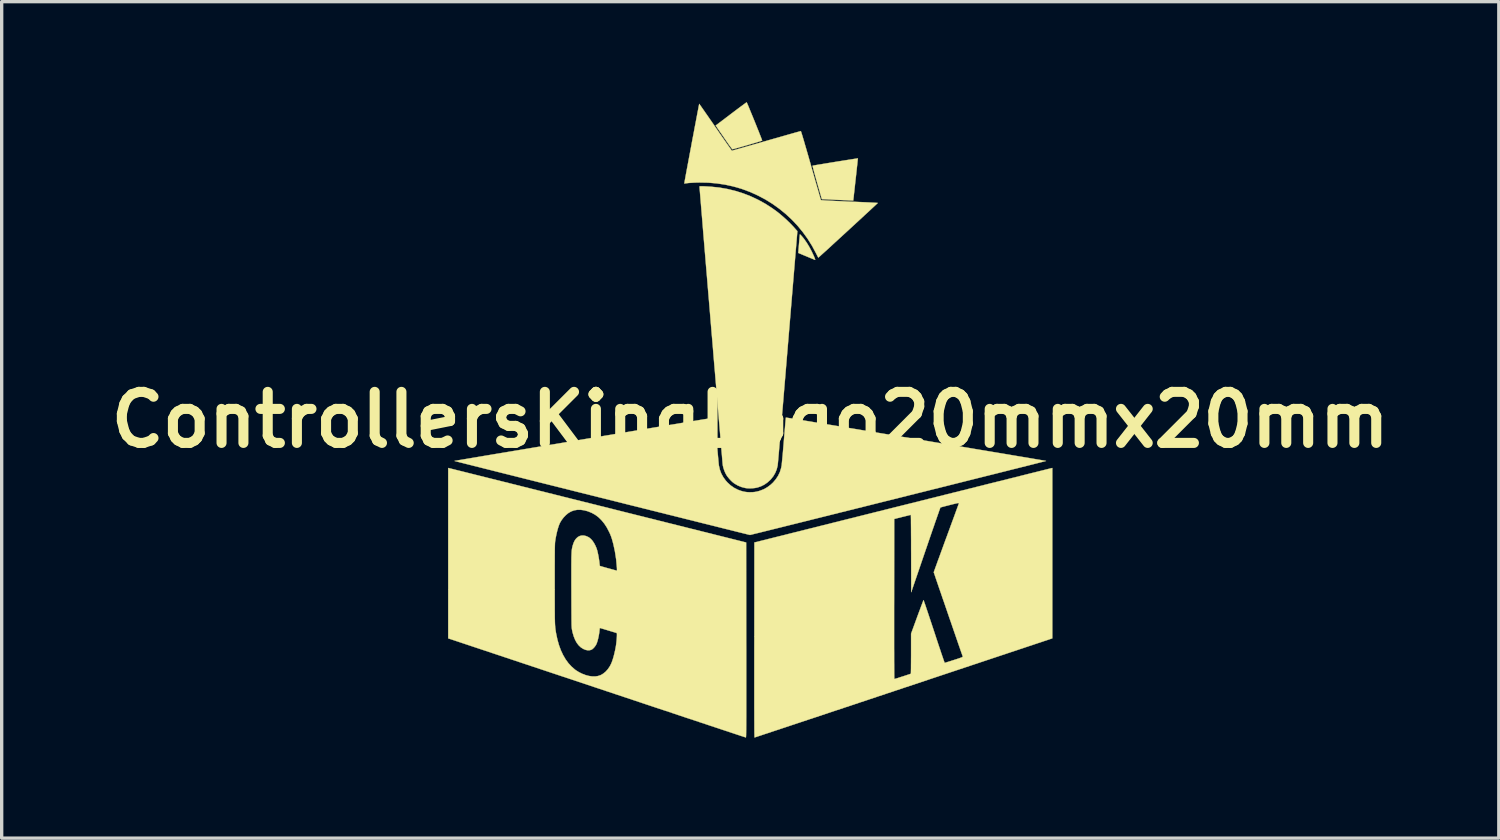
<source format=kicad_pcb>
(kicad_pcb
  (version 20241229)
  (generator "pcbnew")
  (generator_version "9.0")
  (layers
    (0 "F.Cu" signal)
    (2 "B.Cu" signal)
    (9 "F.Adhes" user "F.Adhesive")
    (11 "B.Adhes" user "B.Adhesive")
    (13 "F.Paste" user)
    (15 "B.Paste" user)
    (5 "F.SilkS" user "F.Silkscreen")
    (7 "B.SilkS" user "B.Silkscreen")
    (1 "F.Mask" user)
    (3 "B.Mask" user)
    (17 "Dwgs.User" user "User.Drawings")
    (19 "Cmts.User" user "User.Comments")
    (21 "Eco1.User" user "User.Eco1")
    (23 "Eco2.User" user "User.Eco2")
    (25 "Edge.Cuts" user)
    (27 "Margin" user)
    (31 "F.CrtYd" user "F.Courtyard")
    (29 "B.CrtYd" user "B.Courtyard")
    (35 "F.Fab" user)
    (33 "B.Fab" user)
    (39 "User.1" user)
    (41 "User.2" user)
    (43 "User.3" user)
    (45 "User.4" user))
  (footprint "ControllersKingLogo20mmx20mm"
    (layer "F.Cu")
    (at 19.348 9.483)
    (property "Reference" "ControllersKingLogo20mmx20mm" (at 0 0 0) (layer "F.SilkS") (effects (font (size 1.524 1.524) (thickness 0.3))))
    (attr through_hole)
    (fp_poly (pts (xy 1.487 -5.535) (xy 1.501 -5.523) (xy 1.522 -5.501) (xy 1.546 -5.474) (xy 1.573 -5.442) (xy 1.6 -5.409) (xy 1.61 -5.395) (xy 1.688 -5.284) (xy 1.763 -5.16) (xy 1.833 -5.028) (xy 1.896 -4.893) (xy 1.905 -4.873) (xy 1.921 -4.832) (xy 1.932 -4.804) (xy 1.937 -4.787) (xy 1.938 -4.778) (xy 1.934 -4.775) (xy 1.933 -4.775) (xy 1.923 -4.779) (xy 1.901 -4.788) (xy 1.866 -4.802) (xy 1.822 -4.82) (xy 1.77 -4.842) (xy 1.711 -4.866) (xy 1.681 -4.879) (xy 1.62 -4.904) (xy 1.565 -4.927) (xy 1.518 -4.947) (xy 1.479 -4.963) (xy 1.451 -4.975) (xy 1.436 -4.981) (xy 1.434 -4.982) (xy 1.434 -4.99) (xy 1.436 -5.013) (xy 1.439 -5.048) (xy 1.442 -5.092) (xy 1.447 -5.143) (xy 1.451 -5.2) (xy 1.456 -5.259) (xy 1.461 -5.318) (xy 1.466 -5.374) (xy 1.471 -5.426) (xy 1.475 -5.47) (xy 1.478 -5.505) (xy 1.48 -5.528) (xy 1.481 -5.537) (xy 1.487 -5.535)) (stroke (width 0.01) (type solid)) (fill yes) (layer "F.SilkS"))
    (fp_poly (pts (xy -0.104 -9.471) (xy -0.094 -9.449) (xy -0.079 -9.414) (xy -0.059 -9.369) (xy -0.036 -9.313) (xy -0.01 -9.249) (xy 0.019 -9.179) (xy 0.05 -9.104) (xy 0.083 -9.024) (xy 0.116 -8.943) (xy 0.149 -8.861) (xy 0.182 -8.78) (xy 0.213 -8.701) (xy 0.244 -8.626) (xy 0.271 -8.556) (xy 0.296 -8.493) (xy 0.317 -8.439) (xy 0.335 -8.394) (xy 0.347 -8.361) (xy 0.354 -8.341) (xy 0.356 -8.336) (xy 0.348 -8.332) (xy 0.325 -8.324) (xy 0.29 -8.313) (xy 0.244 -8.299) (xy 0.189 -8.282) (xy 0.127 -8.264) (xy 0.059 -8.244) (xy -0.012 -8.223) (xy -0.086 -8.201) (xy -0.159 -8.18) (xy -0.231 -8.159) (xy -0.299 -8.14) (xy -0.362 -8.122) (xy -0.418 -8.107) (xy -0.465 -8.094) (xy -0.501 -8.085) (xy -0.525 -8.079) (xy -0.534 -8.077) (xy -0.541 -8.084) (xy -0.557 -8.104) (xy -0.58 -8.134) (xy -0.609 -8.173) (xy -0.642 -8.219) (xy -0.679 -8.272) (xy -0.707 -8.312) (xy -0.75 -8.375) (xy -0.794 -8.439) (xy -0.838 -8.503) (xy -0.878 -8.561) (xy -0.914 -8.613) (xy -0.942 -8.655) (xy -0.95 -8.666) (xy -1.032 -8.786) (xy -0.575 -9.132) (xy -0.497 -9.191) (xy -0.424 -9.246) (xy -0.355 -9.298) (xy -0.293 -9.344) (xy -0.237 -9.385) (xy -0.19 -9.42) (xy -0.153 -9.447) (xy -0.126 -9.467) (xy -0.111 -9.477) (xy -0.108 -9.478) (xy -0.104 -9.471)) (stroke (width 0.01) (type solid)) (fill yes) (layer "F.SilkS"))
    (fp_poly (pts (xy 3.212 -7.796) (xy 3.209 -7.773) (xy 3.205 -7.735) (xy 3.2 -7.686) (xy 3.194 -7.626) (xy 3.186 -7.557) (xy 3.178 -7.481) (xy 3.169 -7.4) (xy 3.16 -7.314) (xy 3.15 -7.226) (xy 3.14 -7.137) (xy 3.13 -7.048) (xy 3.121 -6.962) (xy 3.112 -6.88) (xy 3.103 -6.803) (xy 3.095 -6.734) (xy 3.089 -6.673) (xy 3.083 -6.622) (xy 3.078 -6.583) (xy 3.075 -6.557) (xy 3.074 -6.547) (xy 3.074 -6.547) (xy 3.074 -6.546) (xy 3.072 -6.546) (xy 3.069 -6.546) (xy 3.062 -6.546) (xy 3.05 -6.546) (xy 3.031 -6.547) (xy 3.005 -6.548) (xy 2.97 -6.549) (xy 2.926 -6.551) (xy 2.869 -6.554) (xy 2.8 -6.557) (xy 2.717 -6.561) (xy 2.618 -6.565) (xy 2.599 -6.566) (xy 2.517 -6.57) (xy 2.438 -6.574) (xy 2.367 -6.577) (xy 2.303 -6.58) (xy 2.249 -6.583) (xy 2.206 -6.584) (xy 2.177 -6.586) (xy 2.163 -6.586) (xy 2.162 -6.586) (xy 2.136 -6.587) (xy 1.994 -7.083) (xy 1.969 -7.172) (xy 1.946 -7.255) (xy 1.924 -7.332) (xy 1.905 -7.402) (xy 1.889 -7.463) (xy 1.876 -7.513) (xy 1.866 -7.551) (xy 1.861 -7.575) (xy 1.86 -7.585) (xy 1.86 -7.586) (xy 1.869 -7.588) (xy 1.893 -7.592) (xy 1.931 -7.599) (xy 1.981 -7.608) (xy 2.041 -7.618) (xy 2.111 -7.629) (xy 2.188 -7.642) (xy 2.271 -7.656) (xy 2.359 -7.67) (xy 2.449 -7.685) (xy 2.541 -7.7) (xy 2.633 -7.715) (xy 2.723 -7.729) (xy 2.81 -7.743) (xy 2.893 -7.756) (xy 2.969 -7.768) (xy 3.038 -7.779) (xy 3.097 -7.788) (xy 3.146 -7.796) (xy 3.182 -7.801) (xy 3.205 -7.804) (xy 3.212 -7.805) (xy 3.212 -7.796)) (stroke (width 0.01) (type solid)) (fill yes) (layer "F.SilkS"))
    (fp_poly (pts (xy -1.385 -6.971) (xy -1.321 -6.968) (xy -1.243 -6.963) (xy -1.173 -6.959) (xy -0.928 -6.934) (xy -0.686 -6.892) (xy -0.448 -6.834) (xy -0.214 -6.761) (xy 0.014 -6.672) (xy 0.236 -6.568) (xy 0.45 -6.45) (xy 0.656 -6.317) (xy 0.796 -6.216) (xy 0.894 -6.137) (xy 0.996 -6.05) (xy 1.097 -5.958) (xy 1.193 -5.864) (xy 1.281 -5.773) (xy 1.334 -5.714) (xy 1.406 -5.632) (xy 1.118 -2.175) (xy 1.098 -1.933) (xy 1.078 -1.696) (xy 1.059 -1.463) (xy 1.04 -1.235) (xy 1.021 -1.013) (xy 1.003 -0.797) (xy 0.986 -0.588) (xy 0.969 -0.387) (xy 0.952 -0.193) (xy 0.937 -0.008) (xy 0.922 0.168) (xy 0.908 0.334) (xy 0.894 0.49) (xy 0.882 0.635) (xy 0.87 0.768) (xy 0.86 0.89) (xy 0.851 0.999) (xy 0.842 1.094) (xy 0.835 1.177) (xy 0.829 1.244) (xy 0.824 1.297) (xy 0.82 1.335) (xy 0.818 1.356) (xy 0.818 1.36) (xy 0.79 1.475) (xy 0.747 1.582) (xy 0.689 1.682) (xy 0.615 1.775) (xy 0.602 1.789) (xy 0.513 1.87) (xy 0.418 1.936) (xy 0.315 1.987) (xy 0.213 2.021) (xy 0.143 2.035) (xy 0.065 2.043) (xy -0.015 2.046) (xy -0.09 2.043) (xy -0.146 2.036) (xy -0.262 2.006) (xy -0.372 1.961) (xy -0.474 1.901) (xy -0.487 1.892) (xy -0.534 1.855) (xy -0.584 1.807) (xy -0.633 1.753) (xy -0.678 1.698) (xy -0.713 1.646) (xy -0.714 1.644) (xy -0.748 1.58) (xy -0.778 1.507) (xy -0.803 1.431) (xy -0.819 1.361) (xy -0.821 1.346) (xy -0.822 1.335) (xy -0.825 1.307) (xy -0.829 1.264) (xy -0.834 1.206) (xy -0.84 1.134) (xy -0.847 1.048) (xy -0.856 0.949) (xy -0.865 0.837) (xy -0.875 0.713) (xy -0.887 0.579) (xy -0.899 0.433) (xy -0.912 0.278) (xy -0.926 0.113) (xy -0.941 -0.06) (xy -0.956 -0.241) (xy -0.972 -0.43) (xy -0.988 -0.626) (xy -1.005 -0.828) (xy -1.022 -1.035) (xy -1.04 -1.248) (xy -1.058 -1.465) (xy -1.077 -1.685) (xy -1.096 -1.909) (xy -1.114 -2.135) (xy -1.133 -2.363) (xy -1.153 -2.592) (xy -1.172 -2.822) (xy -1.191 -3.052) (xy -1.21 -3.281) (xy -1.229 -3.508) (xy -1.248 -3.734) (xy -1.267 -3.958) (xy -1.285 -4.178) (xy -1.303 -4.394) (xy -1.321 -4.606) (xy -1.338 -4.813) (xy -1.355 -5.014) (xy -1.371 -5.209) (xy -1.387 -5.397) (xy -1.402 -5.578) (xy -1.416 -5.75) (xy -1.429 -5.914) (xy -1.442 -6.068) (xy -1.454 -6.212) (xy -1.465 -6.345) (xy -1.475 -6.468) (xy -1.484 -6.578) (xy -1.492 -6.676) (xy -1.499 -6.76) (xy -1.505 -6.831) (xy -1.51 -6.887) (xy -1.513 -6.929) (xy -1.515 -6.954) (xy -1.516 -6.964) (xy -1.511 -6.968) (xy -1.497 -6.971) (xy -1.472 -6.973) (xy -1.435 -6.973) (xy -1.385 -6.971)) (stroke (width 0.01) (type solid)) (fill yes) (layer "F.SilkS"))
    (fp_poly (pts (xy -1.518 -9.425) (xy -1.504 -9.405) (xy -1.481 -9.373) (xy -1.451 -9.33) (xy -1.414 -9.277) (xy -1.37 -9.214) (xy -1.321 -9.143) (xy -1.266 -9.065) (xy -1.208 -8.98) (xy -1.145 -8.89) (xy -1.08 -8.795) (xy -1.037 -8.733) (xy -0.97 -8.636) (xy -0.906 -8.542) (xy -0.844 -8.454) (xy -0.787 -8.372) (xy -0.734 -8.296) (xy -0.687 -8.228) (xy -0.645 -8.169) (xy -0.61 -8.119) (xy -0.582 -8.08) (xy -0.562 -8.053) (xy -0.551 -8.038) (xy -0.548 -8.035) (xy -0.539 -8.037) (xy -0.515 -8.044) (xy -0.476 -8.055) (xy -0.425 -8.069) (xy -0.36 -8.087) (xy -0.285 -8.109) (xy -0.199 -8.133) (xy -0.103 -8.161) (xy 0.000498 -8.19) (xy 0.112 -8.222) (xy 0.229 -8.255) (xy 0.352 -8.291) (xy 0.479 -8.327) (xy 0.607 -8.364) (xy 0.73 -8.399) (xy 0.848 -8.432) (xy 0.959 -8.464) (xy 1.063 -8.494) (xy 1.158 -8.521) (xy 1.244 -8.545) (xy 1.32 -8.567) (xy 1.385 -8.585) (xy 1.437 -8.599) (xy 1.475 -8.61) (xy 1.5 -8.617) (xy 1.509 -8.619) (xy 1.513 -8.611) (xy 1.522 -8.587) (xy 1.534 -8.547) (xy 1.552 -8.491) (xy 1.573 -8.42) (xy 1.599 -8.333) (xy 1.628 -8.232) (xy 1.662 -8.116) (xy 1.7 -7.985) (xy 1.742 -7.84) (xy 1.787 -7.681) (xy 1.812 -7.594) (xy 1.848 -7.466) (xy 1.884 -7.343) (xy 1.917 -7.225) (xy 1.949 -7.113) (xy 1.979 -7.009) (xy 2.007 -6.913) (xy 2.032 -6.827) (xy 2.053 -6.751) (xy 2.072 -6.686) (xy 2.087 -6.634) (xy 2.099 -6.595) (xy 2.106 -6.57) (xy 2.109 -6.56) (xy 2.109 -6.56) (xy 2.119 -6.558) (xy 2.145 -6.556) (xy 2.187 -6.553) (xy 2.245 -6.549) (xy 2.318 -6.545) (xy 2.407 -6.541) (xy 2.511 -6.535) (xy 2.629 -6.53) (xy 2.761 -6.524) (xy 2.907 -6.517) (xy 2.958 -6.515) (xy 3.076 -6.51) (xy 3.19 -6.505) (xy 3.297 -6.5) (xy 3.397 -6.496) (xy 3.489 -6.492) (xy 3.572 -6.488) (xy 3.644 -6.484) (xy 3.704 -6.481) (xy 3.751 -6.478) (xy 3.785 -6.476) (xy 3.803 -6.475) (xy 3.807 -6.475) (xy 3.801 -6.468) (xy 3.784 -6.452) (xy 3.756 -6.425) (xy 3.718 -6.39) (xy 3.671 -6.346) (xy 3.615 -6.294) (xy 3.553 -6.236) (xy 3.483 -6.172) (xy 3.408 -6.103) (xy 3.329 -6.029) (xy 3.245 -5.952) (xy 3.158 -5.872) (xy 3.069 -5.79) (xy 2.979 -5.707) (xy 2.888 -5.623) (xy 2.797 -5.54) (xy 2.707 -5.458) (xy 2.62 -5.377) (xy 2.535 -5.3) (xy 2.454 -5.225) (xy 2.378 -5.155) (xy 2.307 -5.09) (xy 2.242 -5.031) (xy 2.184 -4.979) (xy 2.134 -4.934) (xy 2.094 -4.897) (xy 2.062 -4.869) (xy 2.042 -4.851) (xy 2.033 -4.843) (xy 2.032 -4.843) (xy 2.027 -4.85) (xy 2.016 -4.87) (xy 2 -4.9) (xy 1.981 -4.938) (xy 1.964 -4.971) (xy 1.846 -5.192) (xy 1.714 -5.403) (xy 1.568 -5.605) (xy 1.411 -5.796) (xy 1.241 -5.976) (xy 1.059 -6.145) (xy 0.867 -6.301) (xy 0.665 -6.446) (xy 0.454 -6.577) (xy 0.233 -6.694) (xy 0.005 -6.798) (xy -0.231 -6.886) (xy -0.271 -6.9) (xy -0.509 -6.968) (xy -0.751 -7.021) (xy -0.999 -7.058) (xy -1.252 -7.08) (xy -1.51 -7.085) (xy -1.583 -7.084) (xy -1.646 -7.082) (xy -1.71 -7.079) (xy -1.771 -7.075) (xy -1.824 -7.072) (xy -1.865 -7.068) (xy -1.875 -7.066) (xy -1.913 -7.062) (xy -1.943 -7.058) (xy -1.963 -7.056) (xy -1.97 -7.056) (xy -1.968 -7.064) (xy -1.964 -7.088) (xy -1.957 -7.127) (xy -1.948 -7.178) (xy -1.936 -7.242) (xy -1.923 -7.316) (xy -1.907 -7.401) (xy -1.89 -7.494) (xy -1.871 -7.594) (xy -1.851 -7.701) (xy -1.83 -7.813) (xy -1.808 -7.93) (xy -1.786 -8.049) (xy -1.763 -8.17) (xy -1.741 -8.292) (xy -1.718 -8.413) (xy -1.695 -8.533) (xy -1.673 -8.65) (xy -1.652 -8.763) (xy -1.631 -8.871) (xy -1.612 -8.973) (xy -1.594 -9.068) (xy -1.578 -9.154) (xy -1.563 -9.231) (xy -1.55 -9.297) (xy -1.54 -9.351) (xy -1.532 -9.392) (xy -1.526 -9.419) (xy -1.524 -9.431) (xy -1.523 -9.432) (xy -1.518 -9.425)) (stroke (width 0.01) (type solid)) (fill yes) (layer "F.SilkS"))
    (fp_poly (pts (xy 1.072 -0.066) (xy 1.097 -0.062) (xy 1.137 -0.056) (xy 1.191 -0.047) (xy 1.26 -0.036) (xy 1.343 -0.022) (xy 1.438 -0.006) (xy 1.546 0.011) (xy 1.665 0.031) (xy 1.795 0.052) (xy 1.936 0.076) (xy 2.086 0.101) (xy 2.246 0.127) (xy 2.414 0.155) (xy 2.59 0.184) (xy 2.773 0.214) (xy 2.962 0.246) (xy 3.158 0.278) (xy 3.359 0.312) (xy 3.564 0.346) (xy 3.774 0.381) (xy 3.987 0.416) (xy 4.202 0.452) (xy 4.42 0.488) (xy 4.64 0.525) (xy 4.86 0.562) (xy 5.081 0.599) (xy 5.301 0.635) (xy 5.52 0.672) (xy 5.737 0.708) (xy 5.953 0.744) (xy 6.165 0.779) (xy 6.374 0.814) (xy 6.578 0.848) (xy 6.778 0.882) (xy 6.972 0.914) (xy 7.161 0.946) (xy 7.342 0.976) (xy 7.516 1.005) (xy 7.683 1.033) (xy 7.84 1.06) (xy 7.989 1.085) (xy 8.127 1.108) (xy 8.255 1.129) (xy 8.372 1.149) (xy 8.477 1.167) (xy 8.57 1.183) (xy 8.65 1.196) (xy 8.716 1.207) (xy 8.767 1.216) (xy 8.804 1.223) (xy 8.825 1.227) (xy 8.831 1.228) (xy 8.823 1.23) (xy 8.799 1.236) (xy 8.759 1.246) (xy 8.705 1.26) (xy 8.637 1.277) (xy 8.556 1.298) (xy 8.461 1.322) (xy 8.354 1.349) (xy 8.236 1.379) (xy 8.106 1.411) (xy 7.965 1.447) (xy 7.814 1.484) (xy 7.654 1.525) (xy 7.485 1.567) (xy 7.308 1.612) (xy 7.122 1.658) (xy 6.93 1.706) (xy 6.731 1.756) (xy 6.526 1.807) (xy 6.316 1.86) (xy 6.101 1.914) (xy 5.881 1.969) (xy 5.658 2.025) (xy 5.431 2.081) (xy 5.202 2.139) (xy 4.972 2.196) (xy 4.739 2.254) (xy 4.506 2.313) (xy 4.273 2.371) (xy 4.04 2.429) (xy 3.808 2.487) (xy 3.577 2.545) (xy 3.349 2.602) (xy 3.123 2.658) (xy 2.9 2.714) (xy 2.681 2.768) (xy 2.467 2.822) (xy 2.258 2.874) (xy 2.054 2.925) (xy 1.856 2.974) (xy 1.665 3.022) (xy 1.481 3.068) (xy 1.305 3.112) (xy 1.138 3.153) (xy 0.979 3.193) (xy 0.83 3.23) (xy 0.692 3.264) (xy 0.564 3.296) (xy 0.447 3.325) (xy 0.342 3.351) (xy 0.25 3.374) (xy 0.171 3.393) (xy 0.106 3.409) (xy 0.054 3.422) (xy 0.018 3.431) (xy -0.003 3.436) (xy -0.008 3.437) (xy -0.017 3.435) (xy -0.042 3.429) (xy -0.083 3.419) (xy -0.138 3.405) (xy -0.208 3.388) (xy -0.292 3.367) (xy -0.389 3.343) (xy -0.5 3.315) (xy -0.623 3.284) (xy -0.758 3.251) (xy -0.905 3.214) (xy -1.063 3.174) (xy -1.232 3.132) (xy -1.411 3.088) (xy -1.6 3.04) (xy -1.798 2.991) (xy -2.005 2.939) (xy -2.22 2.885) (xy -2.443 2.83) (xy -2.674 2.772) (xy -2.911 2.713) (xy -3.155 2.652) (xy -3.405 2.589) (xy -3.66 2.526) (xy -3.92 2.46) (xy -4.185 2.394) (xy -4.426 2.334) (xy -4.694 2.267) (xy -4.958 2.201) (xy -5.218 2.136) (xy -5.472 2.072) (xy -5.721 2.01) (xy -5.964 1.949) (xy -6.2 1.89) (xy -6.43 1.832) (xy -6.651 1.777) (xy -6.865 1.723) (xy -7.071 1.671) (xy -7.268 1.622) (xy -7.455 1.575) (xy -7.633 1.53) (xy -7.8 1.488) (xy -7.956 1.449) (xy -8.102 1.412) (xy -8.235 1.379) (xy -8.356 1.348) (xy -8.465 1.321) (xy -8.56 1.297) (xy -8.642 1.276) (xy -8.71 1.259) (xy -8.763 1.245) (xy -8.801 1.235) (xy -8.824 1.23) (xy -8.831 1.228) (xy -8.822 1.226) (xy -8.798 1.222) (xy -8.758 1.215) (xy -8.704 1.205) (xy -8.635 1.194) (xy -8.553 1.18) (xy -8.457 1.164) (xy -8.35 1.146) (xy -8.231 1.126) (xy -8.101 1.104) (xy -7.96 1.08) (xy -7.81 1.055) (xy -7.651 1.028) (xy -7.483 1) (xy -7.307 0.971) (xy -7.124 0.94) (xy -6.935 0.909) (xy -6.739 0.876) (xy -6.538 0.842) (xy -6.333 0.808) (xy -6.123 0.773) (xy -5.91 0.738) (xy -5.695 0.702) (xy -5.477 0.665) (xy -5.257 0.629) (xy -5.037 0.592) (xy -4.817 0.555) (xy -4.596 0.519) (xy -4.377 0.482) (xy -4.16 0.446) (xy -3.944 0.41) (xy -3.732 0.375) (xy -3.523 0.34) (xy -3.318 0.306) (xy -3.119 0.273) (xy -2.924 0.24) (xy -2.736 0.209) (xy -2.554 0.179) (xy -2.38 0.15) (xy -2.213 0.123) (xy -2.056 0.096) (xy -1.907 0.072) (xy -1.768 0.049) (xy -1.64 0.028) (xy -1.523 0.008) (xy -1.418 -0.009) (xy -1.325 -0.024) (xy -1.245 -0.037) (xy -1.179 -0.048) (xy -1.127 -0.056) (xy -1.09 -0.062) (xy -1.068 -0.066) (xy -1.063 -0.066) (xy -1.062 -0.058) (xy -1.059 -0.033) (xy -1.056 0.005) (xy -1.051 0.057) (xy -1.046 0.12) (xy -1.039 0.194) (xy -1.032 0.278) (xy -1.025 0.369) (xy -1.016 0.467) (xy -1.008 0.571) (xy -1.004 0.614) (xy -0.995 0.721) (xy -0.986 0.826) (xy -0.978 0.925) (xy -0.97 1.018) (xy -0.962 1.103) (xy -0.955 1.18) (xy -0.949 1.245) (xy -0.944 1.299) (xy -0.94 1.338) (xy -0.937 1.363) (xy -0.936 1.367) (xy -0.908 1.489) (xy -0.865 1.604) (xy -0.806 1.712) (xy -0.732 1.814) (xy -0.681 1.871) (xy -0.587 1.957) (xy -0.484 2.029) (xy -0.373 2.086) (xy -0.283 2.119) (xy -0.216 2.139) (xy -0.155 2.151) (xy -0.094 2.159) (xy -0.025 2.162) (xy 0 2.162) (xy 0.073 2.16) (xy 0.136 2.154) (xy 0.196 2.143) (xy 0.261 2.126) (xy 0.283 2.119) (xy 0.4 2.074) (xy 0.508 2.013) (xy 0.609 1.938) (xy 0.681 1.871) (xy 0.764 1.773) (xy 0.832 1.669) (xy 0.885 1.558) (xy 0.921 1.44) (xy 0.936 1.367) (xy 0.939 1.347) (xy 0.942 1.311) (xy 0.947 1.261) (xy 0.953 1.199) (xy 0.96 1.126) (xy 0.968 1.043) (xy 0.976 0.952) (xy 0.984 0.854) (xy 0.993 0.751) (xy 1.002 0.644) (xy 1.004 0.614) (xy 1.013 0.508) (xy 1.021 0.408) (xy 1.029 0.314) (xy 1.037 0.227) (xy 1.043 0.149) (xy 1.049 0.081) (xy 1.054 0.024) (xy 1.059 -0.02) (xy 1.061 -0.05) (xy 1.063 -0.065) (xy 1.063 -0.067) (xy 1.072 -0.066)) (stroke (width 0.01) (type solid)) (fill yes) (layer "F.SilkS"))
    (fp_poly (pts (xy 9.017 6.524) (xy 4.578 8.003) (xy 4.312 8.092) (xy 4.05 8.179) (xy 3.792 8.265) (xy 3.539 8.35) (xy 3.291 8.432) (xy 3.049 8.513) (xy 2.814 8.591) (xy 2.585 8.667) (xy 2.363 8.741) (xy 2.149 8.812) (xy 1.944 8.881) (xy 1.746 8.946) (xy 1.558 9.009) (xy 1.38 9.068) (xy 1.211 9.124) (xy 1.053 9.177) (xy 0.905 9.226) (xy 0.769 9.271) (xy 0.645 9.312) (xy 0.533 9.35) (xy 0.433 9.382) (xy 0.347 9.411) (xy 0.275 9.435) (xy 0.216 9.454) (xy 0.172 9.469) (xy 0.143 9.478) (xy 0.13 9.482) (xy 0.129 9.483) (xy 0.128 9.48) (xy 0.127 9.471) (xy 0.126 9.455) (xy 0.126 9.432) (xy 0.125 9.402) (xy 0.124 9.364) (xy 0.123 9.317) (xy 0.123 9.261) (xy 0.122 9.196) (xy 0.122 9.122) (xy 0.122 9.037) (xy 0.121 8.941) (xy 0.121 8.835) (xy 0.121 8.716) (xy 0.12 8.586) (xy 0.12 8.443) (xy 0.12 8.287) (xy 0.12 8.118) (xy 0.12 7.935) (xy 0.12 7.738) (xy 0.12 7.526) (xy 0.12 7.298) (xy 0.12 7.055) (xy 0.12 6.796) (xy 0.121 6.572) (xy 0.121 6.275) (xy 4.294 6.275) (xy 4.294 6.466) (xy 4.294 6.643) (xy 4.294 6.805) (xy 4.295 6.953) (xy 4.295 7.086) (xy 4.295 7.206) (xy 4.296 7.313) (xy 4.296 7.407) (xy 4.297 7.488) (xy 4.297 7.557) (xy 4.298 7.615) (xy 4.298 7.661) (xy 4.299 7.696) (xy 4.3 7.72) (xy 4.301 7.734) (xy 4.302 7.739) (xy 4.312 7.736) (xy 4.336 7.729) (xy 4.373 7.718) (xy 4.418 7.704) (xy 4.472 7.686) (xy 4.532 7.667) (xy 4.549 7.662) (xy 4.61 7.642) (xy 4.665 7.624) (xy 4.713 7.608) (xy 4.752 7.596) (xy 4.779 7.586) (xy 4.793 7.581) (xy 4.794 7.581) (xy 4.795 7.572) (xy 4.796 7.547) (xy 4.797 7.509) (xy 4.798 7.457) (xy 4.799 7.394) (xy 4.799 7.321) (xy 4.8 7.239) (xy 4.8 7.15) (xy 4.801 7.054) (xy 4.801 6.98) (xy 4.801 6.384) (xy 4.983 5.886) (xy 5.015 5.799) (xy 5.046 5.716) (xy 5.075 5.639) (xy 5.1 5.57) (xy 5.123 5.51) (xy 5.142 5.459) (xy 5.157 5.421) (xy 5.167 5.395) (xy 5.172 5.383) (xy 5.172 5.383) (xy 5.175 5.39) (xy 5.184 5.412) (xy 5.196 5.448) (xy 5.214 5.498) (xy 5.235 5.559) (xy 5.259 5.632) (xy 5.287 5.715) (xy 5.318 5.807) (xy 5.351 5.907) (xy 5.387 6.015) (xy 5.425 6.129) (xy 5.464 6.247) (xy 5.487 6.316) (xy 5.527 6.438) (xy 5.565 6.555) (xy 5.602 6.666) (xy 5.637 6.771) (xy 5.67 6.868) (xy 5.699 6.957) (xy 5.726 7.036) (xy 5.75 7.105) (xy 5.769 7.162) (xy 5.785 7.206) (xy 5.796 7.237) (xy 5.802 7.254) (xy 5.804 7.256) (xy 5.814 7.254) (xy 5.838 7.247) (xy 5.874 7.235) (xy 5.92 7.221) (xy 5.975 7.204) (xy 6.036 7.184) (xy 6.081 7.17) (xy 6.156 7.146) (xy 6.216 7.126) (xy 6.263 7.11) (xy 6.298 7.097) (xy 6.322 7.088) (xy 6.337 7.08) (xy 6.344 7.075) (xy 6.345 7.07) (xy 6.341 7.057) (xy 6.331 7.029) (xy 6.316 6.987) (xy 6.297 6.933) (xy 6.274 6.867) (xy 6.248 6.791) (xy 6.218 6.706) (xy 6.186 6.612) (xy 6.151 6.511) (xy 6.114 6.403) (xy 6.075 6.291) (xy 6.035 6.174) (xy 5.994 6.054) (xy 5.951 5.932) (xy 5.909 5.809) (xy 5.867 5.686) (xy 5.825 5.564) (xy 5.784 5.444) (xy 5.743 5.328) (xy 5.705 5.215) (xy 5.668 5.108) (xy 5.633 5.007) (xy 5.601 4.913) (xy 5.572 4.828) (xy 5.546 4.752) (xy 5.524 4.687) (xy 5.506 4.633) (xy 5.492 4.592) (xy 5.482 4.565) (xy 5.478 4.552) (xy 5.478 4.551) (xy 5.481 4.542) (xy 5.489 4.518) (xy 5.503 4.48) (xy 5.521 4.429) (xy 5.544 4.366) (xy 5.571 4.292) (xy 5.601 4.207) (xy 5.636 4.114) (xy 5.673 4.012) (xy 5.713 3.903) (xy 5.755 3.787) (xy 5.799 3.666) (xy 5.845 3.541) (xy 5.851 3.526) (xy 5.897 3.4) (xy 5.942 3.278) (xy 5.984 3.162) (xy 6.025 3.051) (xy 6.063 2.948) (xy 6.098 2.853) (xy 6.129 2.767) (xy 6.157 2.69) (xy 6.181 2.625) (xy 6.2 2.572) (xy 6.215 2.531) (xy 6.224 2.505) (xy 6.228 2.493) (xy 6.228 2.493) (xy 6.229 2.488) (xy 6.227 2.484) (xy 6.221 2.483) (xy 6.209 2.484) (xy 6.189 2.487) (xy 6.161 2.493) (xy 6.122 2.502) (xy 6.071 2.514) (xy 6.006 2.53) (xy 5.959 2.542) (xy 5.893 2.559) (xy 5.833 2.574) (xy 5.779 2.588) (xy 5.735 2.6) (xy 5.702 2.609) (xy 5.682 2.615) (xy 5.677 2.617) (xy 5.673 2.626) (xy 5.664 2.649) (xy 5.65 2.688) (xy 5.632 2.739) (xy 5.61 2.803) (xy 5.583 2.879) (xy 5.553 2.966) (xy 5.519 3.062) (xy 5.483 3.168) (xy 5.443 3.282) (xy 5.401 3.404) (xy 5.357 3.532) (xy 5.311 3.666) (xy 5.264 3.805) (xy 5.236 3.885) (xy 4.805 5.147) (xy 4.803 3.991) (xy 4.802 3.853) (xy 4.802 3.719) (xy 4.802 3.591) (xy 4.801 3.47) (xy 4.8 3.357) (xy 4.8 3.252) (xy 4.799 3.156) (xy 4.798 3.071) (xy 4.798 2.998) (xy 4.797 2.937) (xy 4.796 2.89) (xy 4.795 2.857) (xy 4.795 2.839) (xy 4.794 2.837) (xy 4.785 2.839) (xy 4.761 2.844) (xy 4.725 2.853) (xy 4.678 2.865) (xy 4.624 2.878) (xy 4.564 2.893) (xy 4.542 2.898) (xy 4.297 2.96) (xy 4.295 5.349) (xy 4.294 5.605) (xy 4.294 5.844) (xy 4.294 6.067) (xy 4.294 6.275) (xy 0.121 6.275) (xy 0.123 3.662) (xy 4.547 2.555) (xy 4.816 2.488) (xy 5.081 2.422) (xy 5.341 2.356) (xy 5.596 2.293) (xy 5.846 2.23) (xy 6.09 2.169) (xy 6.328 2.11) (xy 6.559 2.052) (xy 6.782 1.996) (xy 6.997 1.942) (xy 7.204 1.89) (xy 7.403 1.841) (xy 7.591 1.794) (xy 7.771 1.749) (xy 7.94 1.707) (xy 8.098 1.667) (xy 8.245 1.63) (xy 8.38 1.596) (xy 8.503 1.566) (xy 8.614 1.538) (xy 8.711 1.514) (xy 8.795 1.493) (xy 8.865 1.475) (xy 8.92 1.462) (xy 8.96 1.452) (xy 8.985 1.445) (xy 8.994 1.443) (xy 9.017 1.438) (xy 9.017 6.524)) (stroke (width 0.01) (type solid)) (fill yes) (layer "F.SilkS"))
    (fp_poly (pts (xy -8.994 1.443) (xy -8.984 1.446) (xy -8.959 1.452) (xy -8.918 1.462) (xy -8.862 1.476) (xy -8.791 1.494) (xy -8.707 1.515) (xy -8.609 1.539) (xy -8.497 1.567) (xy -8.374 1.598) (xy -8.238 1.632) (xy -8.09 1.669) (xy -7.931 1.709) (xy -7.762 1.751) (xy -7.582 1.796) (xy -7.393 1.843) (xy -7.194 1.893) (xy -6.986 1.945) (xy -6.771 1.999) (xy -6.547 2.055) (xy -6.316 2.113) (xy -6.078 2.172) (xy -5.834 2.233) (xy -5.584 2.296) (xy -5.328 2.36) (xy -5.067 2.425) (xy -4.802 2.491) (xy -4.547 2.555) (xy -0.123 3.662) (xy -0.121 6.572) (xy -0.12 6.836) (xy -0.12 7.084) (xy -0.12 7.315) (xy -0.12 7.531) (xy -0.12 7.733) (xy -0.12 7.92) (xy -0.12 8.093) (xy -0.12 8.253) (xy -0.12 8.4) (xy -0.12 8.536) (xy -0.12 8.659) (xy -0.12 8.771) (xy -0.12 8.873) (xy -0.121 8.964) (xy -0.121 9.046) (xy -0.121 9.119) (xy -0.122 9.183) (xy -0.122 9.24) (xy -0.123 9.289) (xy -0.123 9.33) (xy -0.124 9.366) (xy -0.124 9.395) (xy -0.125 9.42) (xy -0.126 9.439) (xy -0.127 9.454) (xy -0.128 9.465) (xy -0.129 9.473) (xy -0.13 9.478) (xy -0.131 9.481) (xy -0.133 9.482) (xy -0.133 9.482) (xy -0.142 9.479) (xy -0.167 9.471) (xy -0.206 9.458) (xy -0.261 9.441) (xy -0.329 9.418) (xy -0.411 9.391) (xy -0.507 9.359) (xy -0.615 9.323) (xy -0.736 9.283) (xy -0.869 9.239) (xy -1.013 9.191) (xy -1.168 9.14) (xy -1.334 9.084) (xy -1.51 9.026) (xy -1.695 8.964) (xy -1.89 8.9) (xy -2.093 8.832) (xy -2.305 8.761) (xy -2.524 8.688) (xy -2.751 8.613) (xy -2.985 8.535) (xy -3.225 8.455) (xy -3.47 8.373) (xy -3.722 8.289) (xy -3.978 8.204) (xy -4.239 8.117) (xy -4.505 8.028) (xy -4.583 8.002) (xy -9.017 6.524) (xy -9.017 4.889) (xy -5.838 4.889) (xy -5.838 5.059) (xy -5.838 5.213) (xy -5.838 5.352) (xy -5.837 5.477) (xy -5.837 5.589) (xy -5.837 5.688) (xy -5.836 5.777) (xy -5.836 5.855) (xy -5.835 5.924) (xy -5.833 5.984) (xy -5.832 6.038) (xy -5.83 6.085) (xy -5.828 6.126) (xy -5.825 6.163) (xy -5.823 6.197) (xy -5.819 6.228) (xy -5.816 6.257) (xy -5.811 6.286) (xy -5.807 6.315) (xy -5.802 6.346) (xy -5.796 6.379) (xy -5.795 6.384) (xy -5.758 6.56) (xy -5.711 6.726) (xy -5.655 6.879) (xy -5.589 7.02) (xy -5.514 7.149) (xy -5.43 7.264) (xy -5.337 7.366) (xy -5.237 7.453) (xy -5.206 7.476) (xy -5.113 7.534) (xy -5.016 7.582) (xy -4.917 7.62) (xy -4.819 7.646) (xy -4.722 7.66) (xy -4.631 7.661) (xy -4.548 7.649) (xy -4.547 7.649) (xy -4.467 7.622) (xy -4.391 7.578) (xy -4.319 7.52) (xy -4.254 7.448) (xy -4.196 7.363) (xy -4.167 7.31) (xy -4.139 7.248) (xy -4.111 7.171) (xy -4.084 7.083) (xy -4.059 6.987) (xy -4.036 6.887) (xy -4.016 6.784) (xy -4.014 6.773) (xy -4.006 6.723) (xy -3.999 6.666) (xy -3.992 6.606) (xy -3.987 6.546) (xy -3.983 6.492) (xy -3.981 6.445) (xy -3.98 6.41) (xy -3.981 6.402) (xy -3.984 6.365) (xy -4.233 6.29) (xy -4.295 6.271) (xy -4.352 6.254) (xy -4.401 6.239) (xy -4.441 6.228) (xy -4.47 6.219) (xy -4.486 6.215) (xy -4.488 6.215) (xy -4.492 6.222) (xy -4.496 6.243) (xy -4.499 6.272) (xy -4.5 6.276) (xy -4.509 6.359) (xy -4.523 6.442) (xy -4.54 6.523) (xy -4.559 6.598) (xy -4.58 6.662) (xy -4.596 6.701) (xy -4.621 6.744) (xy -4.653 6.787) (xy -4.688 6.824) (xy -4.722 6.852) (xy -4.734 6.859) (xy -4.789 6.878) (xy -4.85 6.881) (xy -4.915 6.868) (xy -4.983 6.84) (xy -5.055 6.795) (xy -5.12 6.735) (xy -5.178 6.66) (xy -5.227 6.571) (xy -5.269 6.468) (xy -5.304 6.35) (xy -5.319 6.278) (xy -5.322 6.264) (xy -5.324 6.251) (xy -5.326 6.236) (xy -5.328 6.22) (xy -5.33 6.201) (xy -5.331 6.179) (xy -5.333 6.152) (xy -5.334 6.12) (xy -5.335 6.082) (xy -5.335 6.036) (xy -5.336 5.982) (xy -5.337 5.918) (xy -5.337 5.845) (xy -5.338 5.761) (xy -5.338 5.664) (xy -5.339 5.555) (xy -5.339 5.431) (xy -5.34 5.293) (xy -5.34 5.139) (xy -5.34 5.098) (xy -5.341 4.932) (xy -5.341 4.782) (xy -5.341 4.647) (xy -5.341 4.526) (xy -5.341 4.418) (xy -5.341 4.323) (xy -5.34 4.239) (xy -5.34 4.165) (xy -5.339 4.101) (xy -5.337 4.045) (xy -5.335 3.996) (xy -5.333 3.955) (xy -5.331 3.919) (xy -5.328 3.887) (xy -5.324 3.86) (xy -5.32 3.835) (xy -5.315 3.813) (xy -5.31 3.791) (xy -5.305 3.769) (xy -5.298 3.747) (xy -5.295 3.737) (xy -5.274 3.674) (xy -5.251 3.622) (xy -5.222 3.576) (xy -5.194 3.541) (xy -5.145 3.497) (xy -5.089 3.468) (xy -5.029 3.454) (xy -4.964 3.455) (xy -4.898 3.471) (xy -4.83 3.502) (xy -4.805 3.518) (xy -4.757 3.558) (xy -4.709 3.612) (xy -4.665 3.678) (xy -4.625 3.752) (xy -4.591 3.831) (xy -4.581 3.861) (xy -4.568 3.905) (xy -4.555 3.961) (xy -4.541 4.025) (xy -4.528 4.093) (xy -4.517 4.16) (xy -4.508 4.222) (xy -4.504 4.259) (xy -4.5 4.298) (xy -4.496 4.33) (xy -4.492 4.353) (xy -4.489 4.361) (xy -4.48 4.365) (xy -4.456 4.372) (xy -4.42 4.383) (xy -4.374 4.396) (xy -4.321 4.411) (xy -4.261 4.428) (xy -4.246 4.432) (xy -4.185 4.448) (xy -4.128 4.464) (xy -4.079 4.477) (xy -4.038 4.489) (xy -4.009 4.497) (xy -3.994 4.501) (xy -3.993 4.501) (xy -3.986 4.503) (xy -3.982 4.5) (xy -3.98 4.49) (xy -3.979 4.471) (xy -3.98 4.439) (xy -3.982 4.402) (xy -4.004 4.164) (xy -4.041 3.926) (xy -4.086 3.717) (xy -4.11 3.627) (xy -4.132 3.549) (xy -4.156 3.479) (xy -4.182 3.413) (xy -4.212 3.349) (xy -4.281 3.216) (xy -4.357 3.099) (xy -4.44 2.998) (xy -4.529 2.91) (xy -4.626 2.837) (xy -4.732 2.778) (xy -4.845 2.732) (xy -4.847 2.731) (xy -4.959 2.701) (xy -5.065 2.686) (xy -5.166 2.687) (xy -5.26 2.703) (xy -5.349 2.736) (xy -5.432 2.784) (xy -5.506 2.845) (xy -5.573 2.915) (xy -5.631 2.991) (xy -5.677 3.068) (xy -5.69 3.094) (xy -5.716 3.16) (xy -5.742 3.24) (xy -5.767 3.332) (xy -5.79 3.432) (xy -5.811 3.539) (xy -5.822 3.612) (xy -5.825 3.627) (xy -5.827 3.643) (xy -5.828 3.66) (xy -5.83 3.681) (xy -5.831 3.705) (xy -5.832 3.733) (xy -5.833 3.767) (xy -5.834 3.807) (xy -5.835 3.854) (xy -5.836 3.909) (xy -5.836 3.973) (xy -5.837 4.048) (xy -5.837 4.132) (xy -5.837 4.229) (xy -5.838 4.338) (xy -5.838 4.461) (xy -5.838 4.598) (xy -5.838 4.75) (xy -5.838 4.889) (xy -9.017 4.889) (xy -9.017 1.438) (xy -8.994 1.443)) (stroke (width 0.01) (type solid)) (fill yes) (layer "F.SilkS")))
  (gr_rect
    (start -3 -3)
    (end 41.695 21.971)
    (stroke (width 0.1) (type default))
    (fill no)
    (layer "Edge.Cuts")))
</source>
